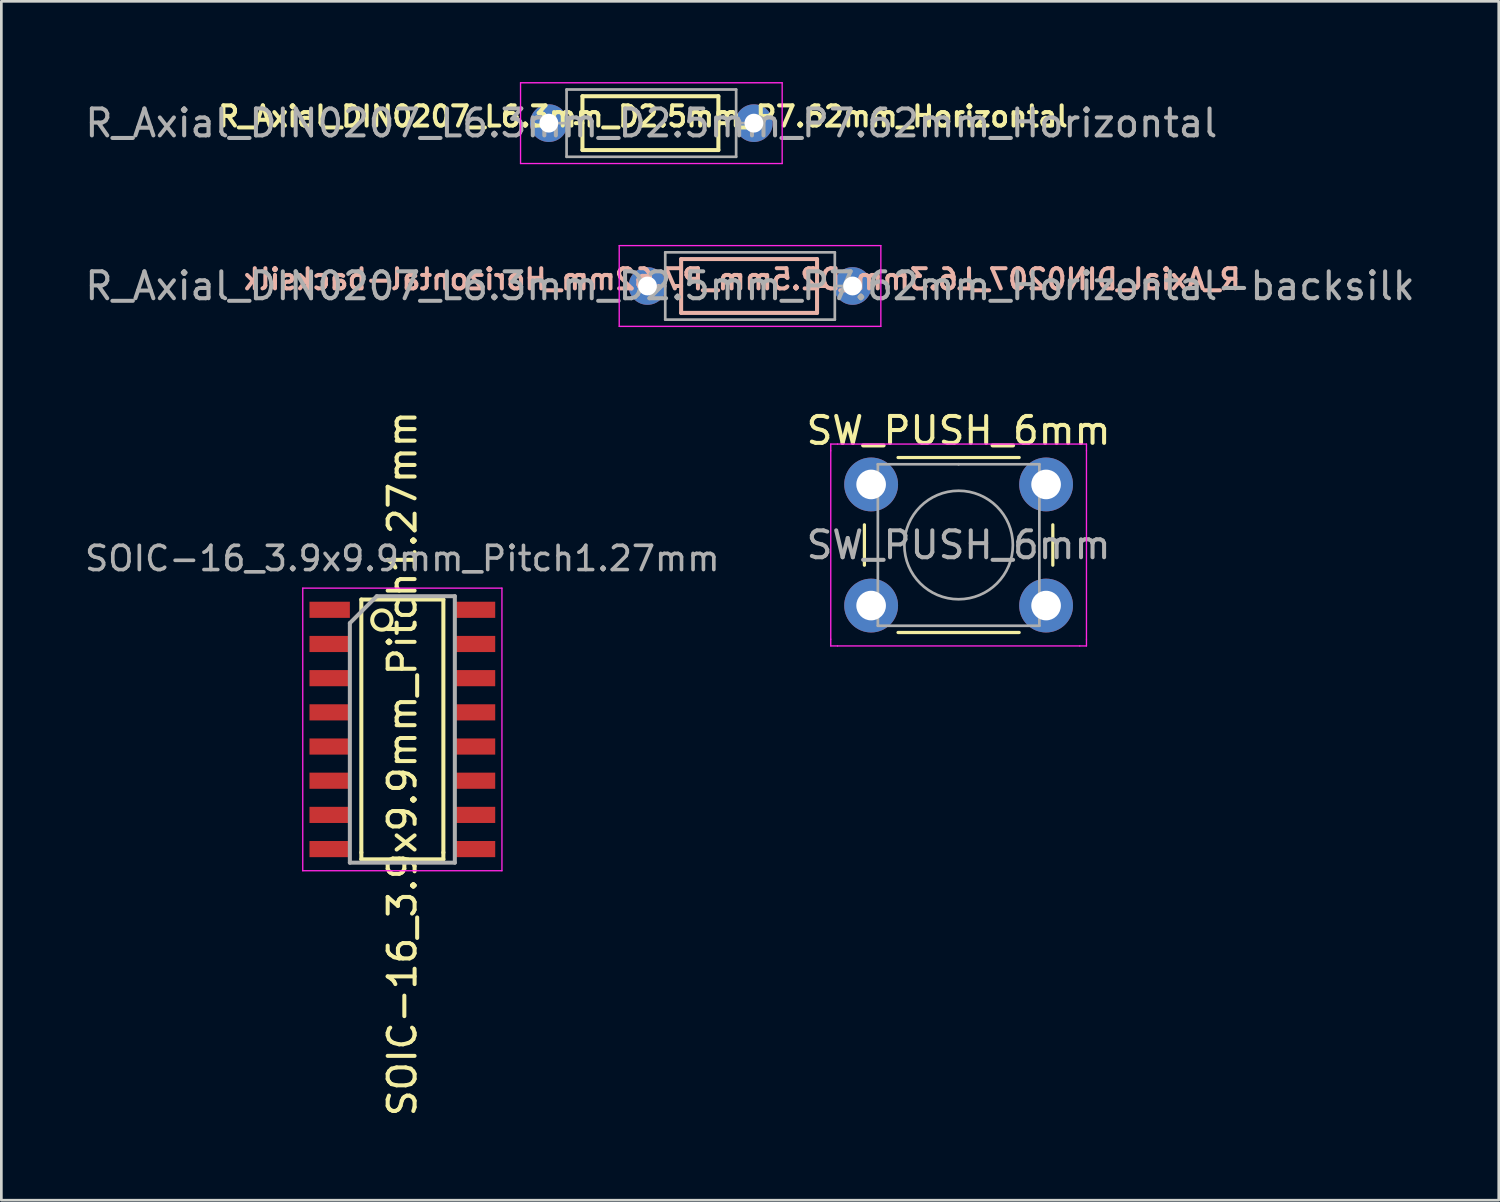
<source format=kicad_pcb>
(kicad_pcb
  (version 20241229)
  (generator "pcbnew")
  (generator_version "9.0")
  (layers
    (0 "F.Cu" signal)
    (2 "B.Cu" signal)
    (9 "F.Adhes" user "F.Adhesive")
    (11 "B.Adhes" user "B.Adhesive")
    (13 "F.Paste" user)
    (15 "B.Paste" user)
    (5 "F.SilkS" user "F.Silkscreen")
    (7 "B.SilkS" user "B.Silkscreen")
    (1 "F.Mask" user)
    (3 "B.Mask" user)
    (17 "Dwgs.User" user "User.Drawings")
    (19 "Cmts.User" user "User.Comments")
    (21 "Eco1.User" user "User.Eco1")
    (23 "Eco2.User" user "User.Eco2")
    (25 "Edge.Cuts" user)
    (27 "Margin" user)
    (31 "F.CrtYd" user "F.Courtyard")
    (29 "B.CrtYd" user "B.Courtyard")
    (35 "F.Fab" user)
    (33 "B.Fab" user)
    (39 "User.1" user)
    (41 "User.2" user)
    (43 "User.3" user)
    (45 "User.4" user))
  (footprint "SOIC-16_3.9x9.9mm_Pitch1.27mm"
    (layer "F.Cu")
    (at 11.898 24.05)
    (property "Reference" "SOIC-16_3.9x9.9mm_Pitch1.27mm" (at 0 1.27 90) (layer "F.SilkS") (effects (font (size 1 1) (thickness 0.15))))
    (attr smd)
    (fp_line (start -1.524 -4.826) (end -1.524 4.572) (stroke (width 0.15) (type solid)) (layer "F.SilkS"))
    (fp_line (start -1.524 4.572) (end -1.524 4.826) (stroke (width 0.15) (type solid)) (layer "F.SilkS"))
    (fp_line (start -1.524 4.826) (end 1.524 4.826) (stroke (width 0.15) (type solid)) (layer "F.SilkS"))
    (fp_line (start 1.524 -4.826) (end -1.524 -4.826) (stroke (width 0.15) (type solid)) (layer "F.SilkS"))
    (fp_line (start 1.524 4.572) (end 1.524 -4.826) (stroke (width 0.15) (type solid)) (layer "F.SilkS"))
    (fp_line (start 1.524 4.826) (end 1.524 4.572) (stroke (width 0.15) (type solid)) (layer "F.SilkS"))
    (fp_circle (center -0.762 -4.064) (end -0.508 -3.81) (stroke (width 0.15) (type solid)) (fill no) (layer "F.SilkS"))
    (fp_line (start -3.7 -5.25) (end -3.7 5.25) (stroke (width 0.05) (type solid)) (layer "F.CrtYd"))
    (fp_line (start -3.7 -5.25) (end 3.7 -5.25) (stroke (width 0.05) (type solid)) (layer "F.CrtYd"))
    (fp_line (start -3.7 5.25) (end 3.7 5.25) (stroke (width 0.05) (type solid)) (layer "F.CrtYd"))
    (fp_line (start 3.7 -5.25) (end 3.7 5.25) (stroke (width 0.05) (type solid)) (layer "F.CrtYd"))
    (fp_line (start -1.95 -3.95) (end -0.95 -4.95) (stroke (width 0.15) (type solid)) (layer "F.Fab"))
    (fp_line (start -1.95 4.95) (end -1.95 -3.95) (stroke (width 0.15) (type solid)) (layer "F.Fab"))
    (fp_line (start -0.95 -4.95) (end 1.95 -4.95) (stroke (width 0.15) (type solid)) (layer "F.Fab"))
    (fp_line (start 1.95 -4.95) (end 1.95 4.95) (stroke (width 0.15) (type solid)) (layer "F.Fab"))
    (fp_line (start 1.95 4.95) (end -1.95 4.95) (stroke (width 0.15) (type solid)) (layer "F.Fab"))
    (fp_text user "${REFERENCE}" (at 0 -6.35 0) (layer "F.Fab") (effects (font (size 0.9 0.9) (thickness 0.135))))
    (pad "1" smd rect (at -2.7 -4.445) (size 1.5 0.6) (layers "F.Cu" "F.Mask" "F.Paste"))
    (pad "2" smd rect (at -2.7 -3.175) (size 1.5 0.6) (layers "F.Cu" "F.Mask" "F.Paste"))
    (pad "3" smd rect (at -2.7 -1.905) (size 1.5 0.6) (layers "F.Cu" "F.Mask" "F.Paste"))
    (pad "4" smd rect (at -2.7 -0.635) (size 1.5 0.6) (layers "F.Cu" "F.Mask" "F.Paste"))
    (pad "5" smd rect (at -2.7 0.635) (size 1.5 0.6) (layers "F.Cu" "F.Mask" "F.Paste"))
    (pad "6" smd rect (at -2.7 1.905) (size 1.5 0.6) (layers "F.Cu" "F.Mask" "F.Paste"))
    (pad "7" smd rect (at -2.7 3.175) (size 1.5 0.6) (layers "F.Cu" "F.Mask" "F.Paste"))
    (pad "8" smd rect (at -2.7 4.445) (size 1.5 0.6) (layers "F.Cu" "F.Mask" "F.Paste"))
    (pad "9" smd rect (at 2.7 4.445) (size 1.5 0.6) (layers "F.Cu" "F.Mask" "F.Paste"))
    (pad "10" smd rect (at 2.7 3.175) (size 1.5 0.6) (layers "F.Cu" "F.Mask" "F.Paste"))
    (pad "11" smd rect (at 2.7 1.905) (size 1.5 0.6) (layers "F.Cu" "F.Mask" "F.Paste"))
    (pad "12" smd rect (at 2.7 0.635) (size 1.5 0.6) (layers "F.Cu" "F.Mask" "F.Paste"))
    (pad "13" smd rect (at 2.7 -0.635) (size 1.5 0.6) (layers "F.Cu" "F.Mask" "F.Paste"))
    (pad "14" smd rect (at 2.7 -1.905) (size 1.5 0.6) (layers "F.Cu" "F.Mask" "F.Paste"))
    (pad "15" smd rect (at 2.7 -3.175) (size 1.5 0.6) (layers "F.Cu" "F.Mask" "F.Paste"))
    (pad "16" smd rect (at 2.7 -4.445) (size 1.5 0.6) (layers "F.Cu" "F.Mask" "F.Paste")))
  (footprint "SW_PUSH_6mm"
    (layer "F.Cu")
    (at 29.314 14.948)
    (property "Reference" "SW_PUSH_6mm" (at 3.25 -2 0) (layer "F.SilkS") (effects (font (size 1 1) (thickness 0.15))))
    (attr through_hole)
    (fp_line (start -0.25 1.5) (end -0.25 3) (stroke (width 0.12) (type solid)) (layer "F.SilkS"))
    (fp_line (start 1 5.5) (end 5.5 5.5) (stroke (width 0.12) (type solid)) (layer "F.SilkS"))
    (fp_line (start 5.5 -1) (end 1 -1) (stroke (width 0.12) (type solid)) (layer "F.SilkS"))
    (fp_line (start 6.75 3) (end 6.75 1.5) (stroke (width 0.12) (type solid)) (layer "F.SilkS"))
    (fp_line (start -1.5 -1.5) (end -1.25 -1.5) (stroke (width 0.05) (type solid)) (layer "F.CrtYd"))
    (fp_line (start -1.5 -1.25) (end -1.5 -1.5) (stroke (width 0.05) (type solid)) (layer "F.CrtYd"))
    (fp_line (start -1.5 5.75) (end -1.5 -1.25) (stroke (width 0.05) (type solid)) (layer "F.CrtYd"))
    (fp_line (start -1.5 5.75) (end -1.5 6) (stroke (width 0.05) (type solid)) (layer "F.CrtYd"))
    (fp_line (start -1.5 6) (end -1.25 6) (stroke (width 0.05) (type solid)) (layer "F.CrtYd"))
    (fp_line (start -1.25 -1.5) (end 7.75 -1.5) (stroke (width 0.05) (type solid)) (layer "F.CrtYd"))
    (fp_line (start 7.75 -1.5) (end 8 -1.5) (stroke (width 0.05) (type solid)) (layer "F.CrtYd"))
    (fp_line (start 7.75 6) (end -1.25 6) (stroke (width 0.05) (type solid)) (layer "F.CrtYd"))
    (fp_line (start 7.75 6) (end 8 6) (stroke (width 0.05) (type solid)) (layer "F.CrtYd"))
    (fp_line (start 8 -1.5) (end 8 -1.25) (stroke (width 0.05) (type solid)) (layer "F.CrtYd"))
    (fp_line (start 8 -1.25) (end 8 5.75) (stroke (width 0.05) (type solid)) (layer "F.CrtYd"))
    (fp_line (start 8 6) (end 8 5.75) (stroke (width 0.05) (type solid)) (layer "F.CrtYd"))
    (fp_line (start 0.25 -0.75) (end 3.25 -0.75) (stroke (width 0.1) (type solid)) (layer "F.Fab"))
    (fp_line (start 0.25 5.25) (end 0.25 -0.75) (stroke (width 0.1) (type solid)) (layer "F.Fab"))
    (fp_line (start 3.25 -0.75) (end 6.25 -0.75) (stroke (width 0.1) (type solid)) (layer "F.Fab"))
    (fp_line (start 6.25 -0.75) (end 6.25 5.25) (stroke (width 0.1) (type solid)) (layer "F.Fab"))
    (fp_line (start 6.25 5.25) (end 0.25 5.25) (stroke (width 0.1) (type solid)) (layer "F.Fab"))
    (fp_circle (center 3.25 2.25) (end 1.25 2.5) (stroke (width 0.1) (type solid)) (fill no) (layer "F.Fab"))
    (fp_text user "${REFERENCE}" (at 3.25 2.25 0) (layer "F.Fab") (effects (font (size 1 1) (thickness 0.15))))
    (pad "1" thru_hole circle (at 0 0 90) (size 2 2) (drill 1.1) (layers "*.Cu" "*.Mask"))
    (pad "1" thru_hole circle (at 6.5 0 90) (size 2 2) (drill 1.1) (layers "*.Cu" "*.Mask"))
    (pad "2" thru_hole circle (at 0 4.5 90) (size 2 2) (drill 1.1) (layers "*.Cu" "*.Mask"))
    (pad "2" thru_hole circle (at 6.5 4.5 90) (size 2 2) (drill 1.1) (layers "*.Cu" "*.Mask")))
  (footprint "R_Axial_DIN0207_L6.3mm_D2.5mm_P7.62mm_Horizontal-backsilk"
    (layer "F.Cu")
    (at 21.005 7.575)
    (property "Reference" "R_Axial_DIN0207_L6.3mm_D2.5mm_P7.62mm_Horizontal-backsilk" (at 3.5 -0.25 0) (layer "B.SilkS") (effects (font (size 0.75 0.75) (thickness 0.15)) (justify mirror)))
    (attr through_hole)
    (fp_line (start 1.25 -1) (end 6.3 -1) (stroke (width 0.15) (type solid)) (layer "B.SilkS"))
    (fp_line (start 1.25 0) (end 1 0) (stroke (width 0.15) (type solid)) (layer "B.SilkS"))
    (fp_line (start 1.25 1) (end 1.25 -1) (stroke (width 0.15) (type solid)) (layer "B.SilkS"))
    (fp_line (start 6.3 -1) (end 6.3 1) (stroke (width 0.15) (type solid)) (layer "B.SilkS"))
    (fp_line (start 6.3 1) (end 1.25 1) (stroke (width 0.15) (type solid)) (layer "B.SilkS"))
    (fp_line (start 6.35 0) (end 6.6 0) (stroke (width 0.15) (type solid)) (layer "B.SilkS"))
    (fp_line (start -1.05 -1.5) (end -1.05 1.5) (stroke (width 0.05) (type solid)) (layer "F.CrtYd"))
    (fp_line (start -1.05 1.5) (end 8.67 1.5) (stroke (width 0.05) (type solid)) (layer "F.CrtYd"))
    (fp_line (start 8.67 -1.5) (end -1.05 -1.5) (stroke (width 0.05) (type solid)) (layer "F.CrtYd"))
    (fp_line (start 8.67 1.5) (end 8.67 -1.5) (stroke (width 0.05) (type solid)) (layer "F.CrtYd"))
    (fp_line (start 0 0) (end 0.66 0) (stroke (width 0.1) (type solid)) (layer "F.Fab"))
    (fp_line (start 0.66 -1.25) (end 0.66 1.25) (stroke (width 0.1) (type solid)) (layer "F.Fab"))
    (fp_line (start 0.66 1.25) (end 6.96 1.25) (stroke (width 0.1) (type solid)) (layer "F.Fab"))
    (fp_line (start 6.96 -1.25) (end 0.66 -1.25) (stroke (width 0.1) (type solid)) (layer "F.Fab"))
    (fp_line (start 6.96 1.25) (end 6.96 -1.25) (stroke (width 0.1) (type solid)) (layer "F.Fab"))
    (fp_line (start 7.62 0) (end 6.96 0) (stroke (width 0.1) (type solid)) (layer "F.Fab"))
    (fp_text user "${REFERENCE}" (at 3.81 0 0) (layer "F.Fab") (effects (font (size 1 1) (thickness 0.15))))
    (pad "1" thru_hole circle (at 0 0) (size 1.4 1.4) (drill 0.7) (layers "*.Cu" "*.Mask"))
    (pad "2" thru_hole circle (at 7.62 0) (size 1.4 1.4) (drill 0.7) (layers "*.Cu" "*.Mask")))
  (footprint "R_Axial_DIN0207_L6.3mm_D2.5mm_P7.62mm_Horizontal"
    (layer "F.Cu")
    (at 17.339 1.525)
    (property "Reference" "R_Axial_DIN0207_L6.3mm_D2.5mm_P7.62mm_Horizontal" (at 3.5 -0.25 0) (layer "F.SilkS") (effects (font (size 0.75 0.75) (thickness 0.15))))
    (attr through_hole)
    (fp_line (start 1.25 -1) (end 6.3 -1) (stroke (width 0.15) (type solid)) (layer "F.SilkS"))
    (fp_line (start 1.25 0) (end 1 0) (stroke (width 0.15) (type solid)) (layer "F.SilkS"))
    (fp_line (start 1.25 1) (end 1.25 -1) (stroke (width 0.15) (type solid)) (layer "F.SilkS"))
    (fp_line (start 6.3 -1) (end 6.3 1) (stroke (width 0.15) (type solid)) (layer "F.SilkS"))
    (fp_line (start 6.3 1) (end 1.25 1) (stroke (width 0.15) (type solid)) (layer "F.SilkS"))
    (fp_line (start 6.35 0) (end 6.6 0) (stroke (width 0.15) (type solid)) (layer "F.SilkS"))
    (fp_line (start -1.05 -1.5) (end -1.05 1.5) (stroke (width 0.05) (type solid)) (layer "F.CrtYd"))
    (fp_line (start -1.05 1.5) (end 8.67 1.5) (stroke (width 0.05) (type solid)) (layer "F.CrtYd"))
    (fp_line (start 8.67 -1.5) (end -1.05 -1.5) (stroke (width 0.05) (type solid)) (layer "F.CrtYd"))
    (fp_line (start 8.67 1.5) (end 8.67 -1.5) (stroke (width 0.05) (type solid)) (layer "F.CrtYd"))
    (fp_line (start 0 0) (end 0.66 0) (stroke (width 0.1) (type solid)) (layer "F.Fab"))
    (fp_line (start 0.66 -1.25) (end 0.66 1.25) (stroke (width 0.1) (type solid)) (layer "F.Fab"))
    (fp_line (start 0.66 1.25) (end 6.96 1.25) (stroke (width 0.1) (type solid)) (layer "F.Fab"))
    (fp_line (start 6.96 -1.25) (end 0.66 -1.25) (stroke (width 0.1) (type solid)) (layer "F.Fab"))
    (fp_line (start 6.96 1.25) (end 6.96 -1.25) (stroke (width 0.1) (type solid)) (layer "F.Fab"))
    (fp_line (start 7.62 0) (end 6.96 0) (stroke (width 0.1) (type solid)) (layer "F.Fab"))
    (fp_text user "${REFERENCE}" (at 3.81 0 0) (layer "F.Fab") (effects (font (size 1 1) (thickness 0.15))))
    (pad "1" thru_hole circle (at 0 0) (size 1.4 1.4) (drill 0.7) (layers "*.Cu" "*.Mask"))
    (pad "2" thru_hole circle (at 7.62 0) (size 1.4 1.4) (drill 0.7) (layers "*.Cu" "*.Mask")))
  (gr_rect
    (start -3 -3)
    (end 52.631 41.54)
    (stroke (width 0.1) (type default))
    (fill no)
    (layer "Edge.Cuts")))
</source>
